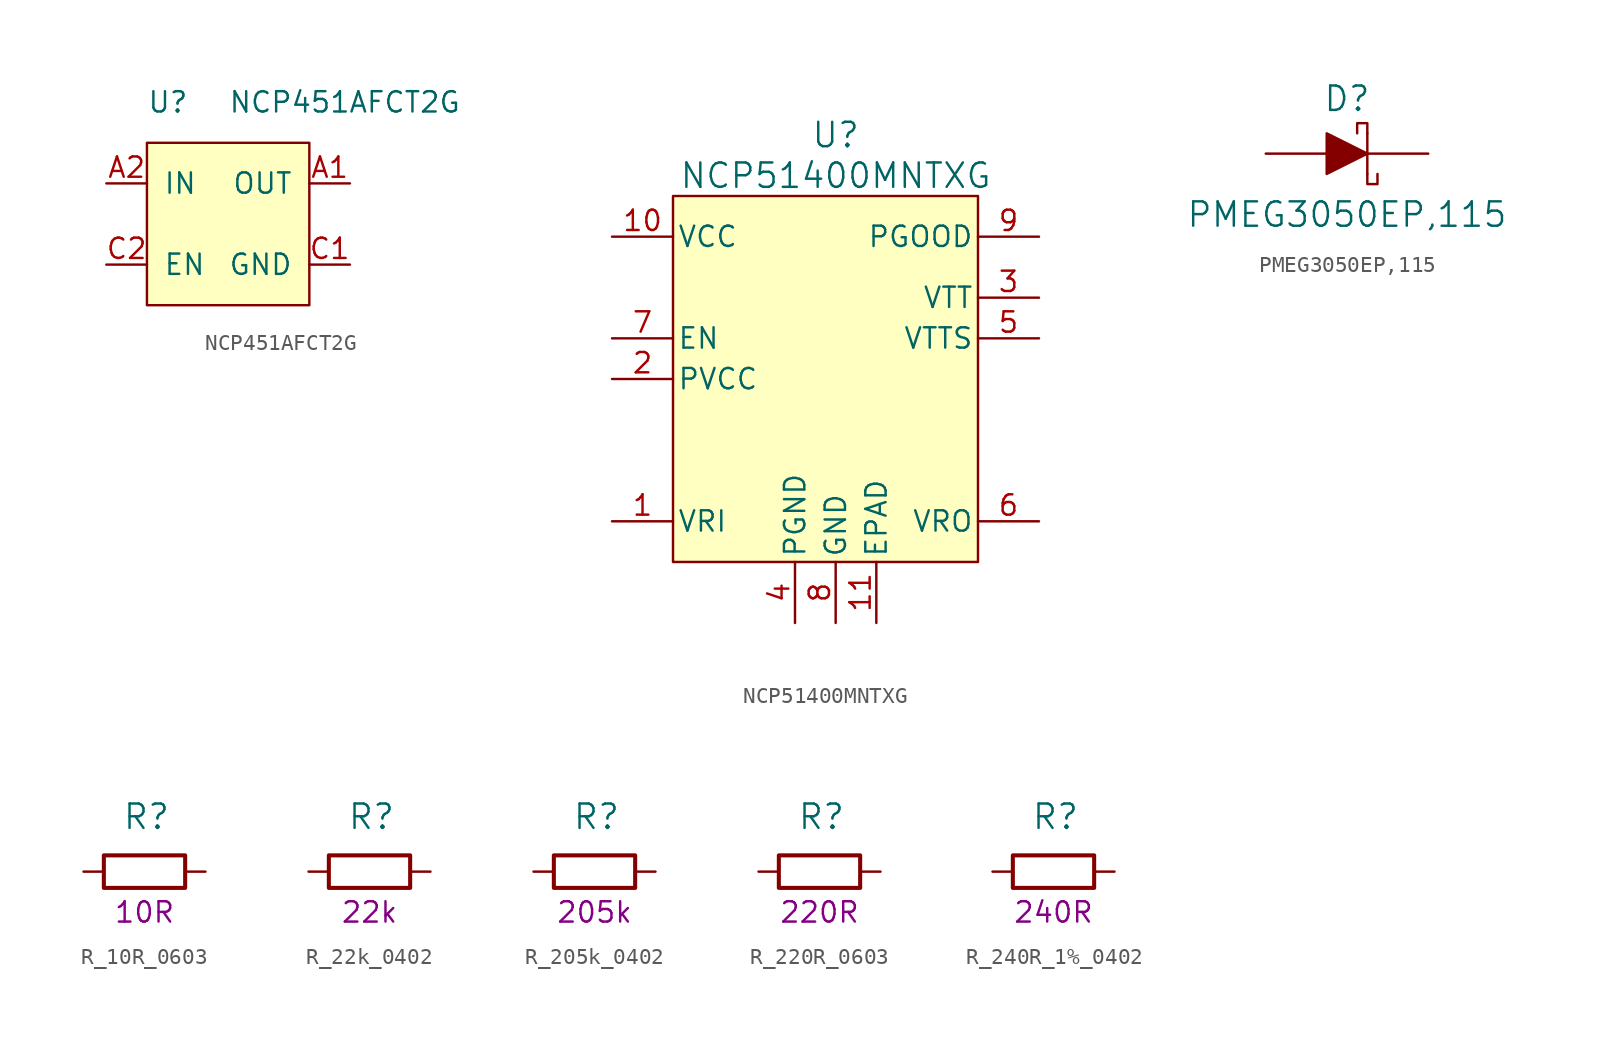
<source format=kicad_sym>
(kicad_symbol_lib
  (version 20211014)
  (generator kicad_symbol_editor)
  (symbol "NCP451AFCT2G"
    (pin_names
      (offset 1.016))
    (property "Reference" "U"
      (at -5.08 7.62 0)
      (effects (font (size 1.27 1.27)) (justify left)))
    (property "Value" "NCP451AFCT2G"
      (at 0 7.62 0)
      (effects (font (size 1.27 1.27)) (justify left)))
    (symbol "NCP451AFCT2G_0_1"
      (rectangle (start -5.08 5.08) (end 5.08 -5.08) (stroke (width 0) (type default) (color 0 0 0 0)) (fill (type background))))
    (symbol "NCP451AFCT2G_1_1"
      (pin power_out line (at 7.62 2.54 180) (length 2.54) (name "OUT" (effects (font (size 1.27 1.27)))) (number "A1" (effects (font (size 1.27 1.27)))))
      (pin power_in line (at -7.62 2.54 0) (length 2.54) (name "IN" (effects (font (size 1.27 1.27)))) (number "A2" (effects (font (size 1.27 1.27)))))
      (pin power_out line (at 7.62 2.54 180) (length 2.54) hide (name "OUT" (effects (font (size 1.27 1.27)))) (number "B1" (effects (font (size 1.27 1.27)))))
      (pin passive line (at -7.62 2.54 0) (length 2.54) hide (name "IN" (effects (font (size 1.27 1.27)))) (number "B2" (effects (font (size 1.27 1.27)))))
      (pin power_in line (at 7.62 -2.54 180) (length 2.54) (name "GND" (effects (font (size 1.27 1.27)))) (number "C1" (effects (font (size 1.27 1.27)))))
      (pin input line (at -7.62 -2.54 0) (length 2.54) (name "EN" (effects (font (size 1.27 1.27)))) (number "C2" (effects (font (size 1.27 1.27)))))))
  (symbol "NCP51400MNTXG"
    (pin_names
      (offset 0.254))
    (property "Reference" "U"
      (at 0 15.24 0)
      (effects (font (size 1.524 1.524))))
    (property "Value" "NCP51400MNTXG"
      (at 0 12.7 0)
      (effects (font (size 1.524 1.524))))
    (symbol "NCP51400MNTXG_1_1"
      (rectangle (start -10.16 11.43) (end 8.89 -11.43) (stroke (width 0) (type default) (color 0 0 0 0)) (fill (type background)))
      (pin unspecified line (at -13.97 -8.89 0) (length 3.81) (name "VRI" (effects (font (size 1.27 1.27)))) (number "1" (effects (font (size 1.27 1.27)))))
      (pin power_in line (at -13.97 8.89 0) (length 3.81) (name "VCC" (effects (font (size 1.27 1.27)))) (number "10" (effects (font (size 1.27 1.27)))))
      (pin unspecified line (at 2.54 -15.24 90) (length 3.81) (name "EPAD" (effects (font (size 1.27 1.27)))) (number "11" (effects (font (size 1.27 1.27)))))
      (pin unspecified line (at -13.97 0 0) (length 3.81) (name "PVCC" (effects (font (size 1.27 1.27)))) (number "2" (effects (font (size 1.27 1.27)))))
      (pin unspecified line (at 12.7 5.08 180) (length 3.81) (name "VTT" (effects (font (size 1.27 1.27)))) (number "3" (effects (font (size 1.27 1.27)))))
      (pin power_in line (at -2.54 -15.24 90) (length 3.81) (name "PGND" (effects (font (size 1.27 1.27)))) (number "4" (effects (font (size 1.27 1.27)))))
      (pin unspecified line (at 12.7 2.54 180) (length 3.81) (name "VTTS" (effects (font (size 1.27 1.27)))) (number "5" (effects (font (size 1.27 1.27)))))
      (pin unspecified line (at 12.7 -8.89 180) (length 3.81) (name "VRO" (effects (font (size 1.27 1.27)))) (number "6" (effects (font (size 1.27 1.27)))))
      (pin unspecified line (at -13.97 2.54 0) (length 3.81) (name "EN" (effects (font (size 1.27 1.27)))) (number "7" (effects (font (size 1.27 1.27)))))
      (pin power_in line (at 0 -15.24 90) (length 3.81) (name "GND" (effects (font (size 1.27 1.27)))) (number "8" (effects (font (size 1.27 1.27)))))
      (pin power_in line (at 12.7 8.89 180) (length 3.81) (name "PGOOD" (effects (font (size 1.27 1.27)))) (number "9" (effects (font (size 1.27 1.27)))))))
  (symbol "PMEG3050EP,115"
    (pin_numbers hide)
    (pin_names
      (offset 0) hide)
    (property "Reference" "D"
      (at 0 2.54 0)
      (effects (font (size 1.524 1.524)) (justify bottom)))
    (property "Value" "PMEG3050EP,115"
      (at 0 -3.81 0)
      (effects (font (size 1.524 1.524))))
    (symbol "PMEG3050EP,115_0_1"
      (polyline (pts (xy 1.27 1.27) (xy 1.27 -1.27)) (stroke (width 0) (type default) (color 0 0 0 0)) (fill (type none)))
      (polyline (pts (xy -1.27 1.27) (xy -1.27 -1.27) (xy 1.27 0) (xy -1.27 1.27)) (stroke (width 0) (type default) (color 0 0 0 0)) (fill (type outline)))
      (polyline (pts (xy 1.27 -1.27) (xy 1.27 -1.905) (xy 1.905 -1.905) (xy 1.905 -1.27)) (stroke (width 0) (type default) (color 0 0 0 0)) (fill (type none)))
      (polyline (pts (xy 1.27 1.27) (xy 1.27 1.905) (xy 0.635 1.905) (xy 0.635 1.27)) (stroke (width 0) (type default) (color 0 0 0 0)) (fill (type none))))
    (symbol "PMEG3050EP,115_1_1"
      (pin passive line (at 5.08 0 180) (length 3.81) (name "~" (effects (font (size 1.27 1.27)))) (number "1" (effects (font (size 1.27 1.27)))))
      (pin passive line (at -5.08 0 0) (length 3.81) (name "~" (effects (font (size 1.27 1.27)))) (number "2" (effects (font (size 1.27 1.27)))))))
  (symbol "R_10R_0603"
    (pin_names
      (offset 0))
    (property "Reference" "R"
      (at -1.397 3.429 0)
      (effects (font (size 1.524 1.524)) (justify left)))
    (property "Val" "10R"
      (at 0 -2.54 0)
      (effects (font (size 1.27 1.27))))
    (symbol "R_10R_0603_1_1"
      (rectangle (start 2.54 -1.016) (end -2.54 1.016) (stroke (width 0.254) (type default) (color 0 0 0 0)) (fill (type none)))
      (pin passive line (at -3.81 0 0) (length 1.27) (name "~" (effects (font (size 0 0)))) (number "1" (effects (font (size 0 0)))))
      (pin passive line (at 3.81 0 180) (length 1.27) (name "~" (effects (font (size 0 0)))) (number "2" (effects (font (size 0 0)))))))
  (symbol "R_22k_0402"
    (pin_names
      (offset 0))
    (property "Reference" "R"
      (at -1.397 3.429 0)
      (effects (font (size 1.524 1.524)) (justify left)))
    (property "Val" "22k"
      (at 0 -2.54 0)
      (effects (font (size 1.27 1.27))))
    (symbol "R_22k_0402_1_1"
      (rectangle (start 2.54 -1.016) (end -2.54 1.016) (stroke (width 0.254) (type default) (color 0 0 0 0)) (fill (type none)))
      (pin passive line (at -3.81 0 0) (length 1.27) (name "~" (effects (font (size 0 0)))) (number "1" (effects (font (size 0 0)))))
      (pin passive line (at 3.81 0 180) (length 1.27) (name "~" (effects (font (size 0 0)))) (number "2" (effects (font (size 0 0)))))))
  (symbol "R_205k_0402"
    (pin_names
      (offset 0))
    (property "Reference" "R"
      (at -1.397 3.429 0)
      (effects (font (size 1.524 1.524)) (justify left)))
    (property "Val" "205k"
      (at 0 -2.54 0)
      (effects (font (size 1.27 1.27))))
    (symbol "R_205k_0402_1_1"
      (rectangle (start 2.54 -1.016) (end -2.54 1.016) (stroke (width 0.254) (type default) (color 0 0 0 0)) (fill (type none)))
      (pin passive line (at -3.81 0 0) (length 1.27) (name "~" (effects (font (size 0 0)))) (number "1" (effects (font (size 0 0)))))
      (pin passive line (at 3.81 0 180) (length 1.27) (name "~" (effects (font (size 0 0)))) (number "2" (effects (font (size 0 0)))))))
  (symbol "R_220R_0603"
    (pin_names
      (offset 0))
    (property "Reference" "R"
      (at -1.397 3.429 0)
      (effects (font (size 1.524 1.524)) (justify left)))
    (property "Val" "220R"
      (at 0 -2.54 0)
      (effects (font (size 1.27 1.27))))
    (symbol "R_220R_0603_1_1"
      (rectangle (start 2.54 -1.016) (end -2.54 1.016) (stroke (width 0.254) (type default) (color 0 0 0 0)) (fill (type none)))
      (pin passive line (at -3.81 0 0) (length 1.27) (name "~" (effects (font (size 0 0)))) (number "1" (effects (font (size 0 0)))))
      (pin passive line (at 3.81 0 180) (length 1.27) (name "~" (effects (font (size 0 0)))) (number "2" (effects (font (size 0 0)))))))
  (symbol "R_240R_1%_0402"
    (pin_names
      (offset 0))
    (property "Reference" "R"
      (at -1.397 3.429 0)
      (effects (font (size 1.524 1.524)) (justify left)))
    (property "Val" "240R"
      (at 0 -2.54 0)
      (effects (font (size 1.27 1.27))))
    (symbol "R_240R_1%_0402_1_1"
      (rectangle (start 2.54 -1.016) (end -2.54 1.016) (stroke (width 0.254) (type default) (color 0 0 0 0)) (fill (type none)))
      (pin passive line (at -3.81 0 0) (length 1.27) (name "~" (effects (font (size 0 0)))) (number "1" (effects (font (size 0 0)))))
      (pin passive line (at 3.81 0 180) (length 1.27) (name "~" (effects (font (size 0 0)))) (number "2" (effects (font (size 0 0))))))))
</source>
